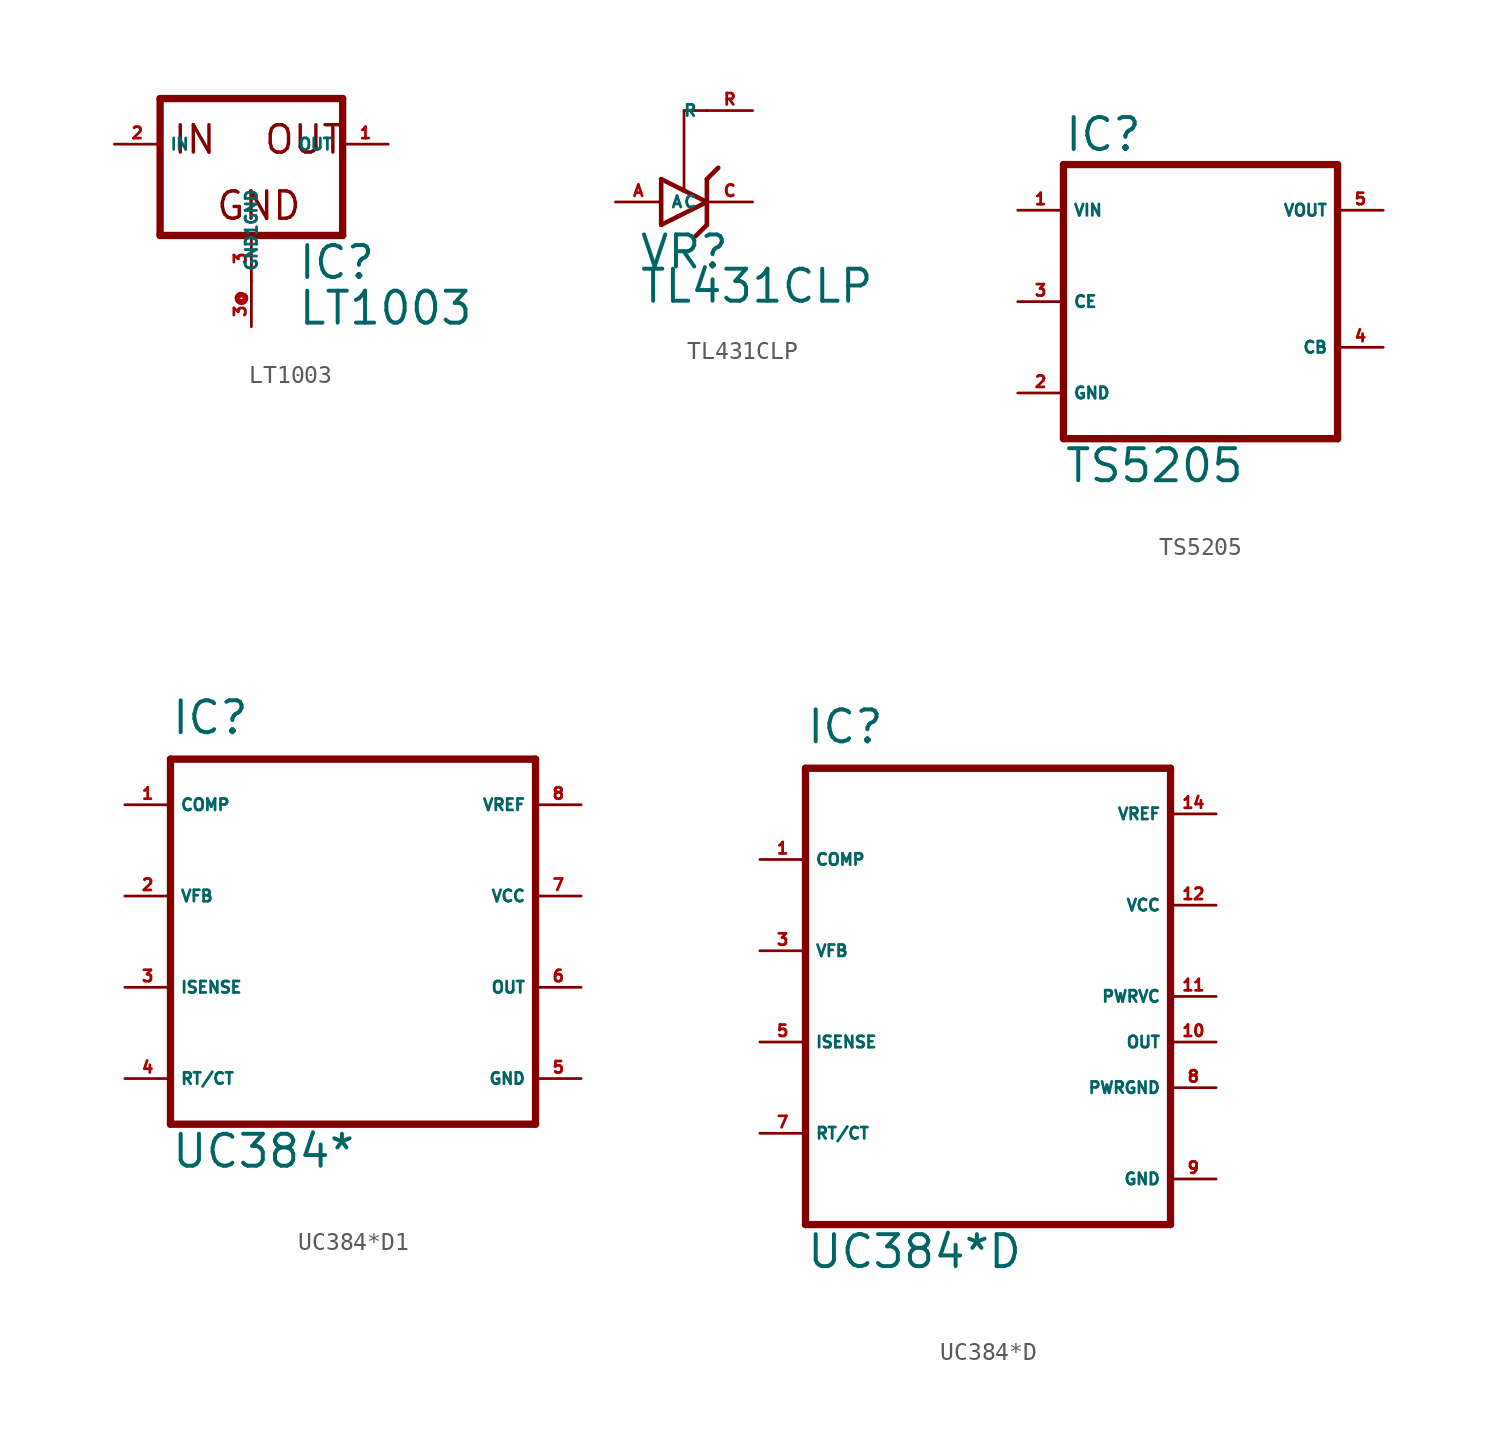
<source format=kicad_sym>
(kicad_symbol_lib
  (version 20220914)
  (generator Eagle2Kicad)
  (symbol "LT1003"
    (property "Reference" "IC"
      (at 2.54 -7.62 0)
      (effects (font (size 1.778 1.778) (thickness 0.22)) (justify left bottom)))
    (property "Value" "LT1003"
      (at 2.54 -10.16 0)
      (effects (font (size 1.778 1.778) (thickness 0.22)) (justify left bottom)))
    (polyline
      (pts (xy -5.08 -5.08) (xy 5.08 -5.08))
      (stroke (width 0.406) (type default))
      (fill (type none)))
    (polyline
      (pts (xy 5.08 -5.08) (xy 5.08 2.54))
      (stroke (width 0.406) (type default))
      (fill (type none)))
    (polyline
      (pts (xy 5.08 2.54) (xy -5.08 2.54))
      (stroke (width 0.406) (type default))
      (fill (type none)))
    (polyline
      (pts (xy -5.08 2.54) (xy -5.08 -5.08))
      (stroke (width 0.406) (type default))
      (fill (type none)))
    (text "GND"
      (at -2.032 -4.318 0)
      (effects (font (size 1.524 1.524) (thickness 0.19)) (justify left bottom)))
    (text "IN"
      (at -4.445 -0.635 0)
      (effects (font (size 1.524 1.524) (thickness 0.19)) (justify left bottom)))
    (text "OUT"
      (at 0.635 -0.635 0)
      (effects (font (size 1.524 1.524) (thickness 0.19)) (justify left bottom)))
    (pin input line
      (at -7.62 0 0)
      (length 2.54)
      (name "IN" (effects (font (size 0.635 0.635) (thickness 0.08)) (justify left bottom)))
      (number "2" (effects (font (size 0.635 0.635) (thickness 0.08)) (justify left bottom))))
    (pin input line
      (at 0 -7.62 90)
      (length 2.54)
      (name "GND" (effects (font (size 0.635 0.635) (thickness 0.08)) (justify left bottom)))
      (number "3" (effects (font (size 0.635 0.635) (thickness 0.08)) (justify left bottom))))
    (pin passive line
      (at 7.62 0 180)
      (length 2.54)
      (name "OUT" (effects (font (size 0.635 0.635) (thickness 0.08)) (justify left bottom)))
      (number "1" (effects (font (size 0.635 0.635) (thickness 0.08)) (justify left bottom))))
    (pin input line
      (at 0 -10.16 90)
      (length 2.54)
      (name "GND1" (effects (font (size 0.635 0.635) (thickness 0.08)) (justify left bottom)))
      (number "3@" (effects (font (size 0.635 0.635) (thickness 0.08)) (justify left bottom)))))
  (symbol "TL431CLP"
    (property "Reference" "VR"
      (at -3.81 -3.81 0)
      (effects (font (size 1.778 1.778) (thickness 0.22)) (justify left bottom)))
    (property "Value" "TL431CLP"
      (at -3.81 -5.715 0)
      (effects (font (size 1.778 1.778) (thickness 0.22)) (justify left bottom)))
    (polyline
      (pts (xy -2.54 1.27) (xy -2.54 -1.27))
      (stroke (width 0.254) (type default))
      (fill (type none)))
    (polyline
      (pts (xy -2.54 -1.27) (xy 0 0))
      (stroke (width 0.254) (type default))
      (fill (type none)))
    (polyline
      (pts (xy 0 0) (xy -1.27 0.635))
      (stroke (width 0.254) (type default))
      (fill (type none)))
    (polyline
      (pts (xy -1.27 0.635) (xy -2.54 1.27))
      (stroke (width 0.254) (type default))
      (fill (type none)))
    (polyline
      (pts (xy 0 1.27) (xy 0 0))
      (stroke (width 0.254) (type default))
      (fill (type none)))
    (polyline
      (pts (xy 0 0) (xy 0 -1.27))
      (stroke (width 0.254) (type default))
      (fill (type none)))
    (polyline
      (pts (xy 0 -1.27) (xy -0.635 -1.905))
      (stroke (width 0.254) (type default))
      (fill (type none)))
    (polyline
      (pts (xy 0 1.27) (xy 0.635 1.905))
      (stroke (width 0.254) (type default))
      (fill (type none)))
    (polyline
      (pts (xy 0 5.08) (xy -1.27 5.08))
      (stroke (width 0.152) (type default))
      (fill (type none)))
    (polyline
      (pts (xy -1.27 5.08) (xy -1.27 0.635))
      (stroke (width 0.152) (type default))
      (fill (type none)))
    (pin passive line
      (at -5.08 0 0)
      (length 2.54)
      (name "A" (effects (font (size 0.635 0.635) (thickness 0.08)) (justify left bottom)))
      (number "A" (effects (font (size 0.635 0.635) (thickness 0.08)) (justify left bottom))))
    (pin passive line
      (at 2.54 0 180)
      (length 2.54)
      (name "C" (effects (font (size 0.635 0.635) (thickness 0.08)) (justify left bottom)))
      (number "C" (effects (font (size 0.635 0.635) (thickness 0.08)) (justify left bottom))))
    (pin passive line
      (at 2.54 5.08 180)
      (length 2.54)
      (name "R" (effects (font (size 0.635 0.635) (thickness 0.08)) (justify left bottom)))
      (number "R" (effects (font (size 0.635 0.635) (thickness 0.08)) (justify left bottom)))))
  (symbol "TS5205"
    (property "Reference" "IC"
      (at -7.62 8.255 0)
      (effects (font (size 1.778 1.778) (thickness 0.22)) (justify left bottom)))
    (property "Value" "TS5205"
      (at -7.62 -10.16 0)
      (effects (font (size 1.778 1.778) (thickness 0.22)) (justify left bottom)))
    (polyline
      (pts (xy -7.62 -7.62) (xy 7.62 -7.62))
      (stroke (width 0.406) (type default))
      (fill (type none)))
    (polyline
      (pts (xy 7.62 -7.62) (xy 7.62 7.62))
      (stroke (width 0.406) (type default))
      (fill (type none)))
    (polyline
      (pts (xy 7.62 7.62) (xy -7.62 7.62))
      (stroke (width 0.406) (type default))
      (fill (type none)))
    (polyline
      (pts (xy -7.62 7.62) (xy -7.62 -7.62))
      (stroke (width 0.406) (type default))
      (fill (type none)))
    (pin input line
      (at -10.16 5.08 0)
      (length 2.54)
      (name "VIN" (effects (font (size 0.635 0.635) (thickness 0.08)) (justify left bottom)))
      (number "1" (effects (font (size 0.635 0.635) (thickness 0.08)) (justify left bottom))))
    (pin passive line
      (at -10.16 -5.08 0)
      (length 2.54)
      (name "GND" (effects (font (size 0.635 0.635) (thickness 0.08)) (justify left bottom)))
      (number "2" (effects (font (size 0.635 0.635) (thickness 0.08)) (justify left bottom))))
    (pin passive line
      (at 10.16 5.08 180)
      (length 2.54)
      (name "VOUT" (effects (font (size 0.635 0.635) (thickness 0.08)) (justify left bottom)))
      (number "5" (effects (font (size 0.635 0.635) (thickness 0.08)) (justify left bottom))))
    (pin input line
      (at 10.16 -2.54 180)
      (length 2.54)
      (name "CB" (effects (font (size 0.635 0.635) (thickness 0.08)) (justify left bottom)))
      (number "4" (effects (font (size 0.635 0.635) (thickness 0.08)) (justify left bottom))))
    (pin input line
      (at -10.16 0 0)
      (length 2.54)
      (name "CE" (effects (font (size 0.635 0.635) (thickness 0.08)) (justify left bottom)))
      (number "3" (effects (font (size 0.635 0.635) (thickness 0.08)) (justify left bottom)))))
  (symbol "UC384*D1"
    (property "Reference" "IC"
      (at -10.16 11.43 0)
      (effects (font (size 1.778 1.778) (thickness 0.22)) (justify left bottom)))
    (property "Value" "UC384*"
      (at -10.16 -12.7 0)
      (effects (font (size 1.778 1.778) (thickness 0.22)) (justify left bottom)))
    (polyline
      (pts (xy -10.16 10.16) (xy 10.16 10.16))
      (stroke (width 0.406) (type default))
      (fill (type none)))
    (polyline
      (pts (xy 10.16 10.16) (xy 10.16 -10.16))
      (stroke (width 0.406) (type default))
      (fill (type none)))
    (polyline
      (pts (xy 10.16 -10.16) (xy -10.16 -10.16))
      (stroke (width 0.406) (type default))
      (fill (type none)))
    (polyline
      (pts (xy -10.16 -10.16) (xy -10.16 10.16))
      (stroke (width 0.406) (type default))
      (fill (type none)))
    (pin passive line
      (at -12.7 7.62 0)
      (length 2.54)
      (name "COMP" (effects (font (size 0.635 0.635) (thickness 0.08)) (justify left bottom)))
      (number "1" (effects (font (size 0.635 0.635) (thickness 0.08)) (justify left bottom))))
    (pin input line
      (at -12.7 2.54 0)
      (length 2.54)
      (name "VFB" (effects (font (size 0.635 0.635) (thickness 0.08)) (justify left bottom)))
      (number "2" (effects (font (size 0.635 0.635) (thickness 0.08)) (justify left bottom))))
    (pin input line
      (at -12.7 -2.54 0)
      (length 2.54)
      (name "ISENSE" (effects (font (size 0.635 0.635) (thickness 0.08)) (justify left bottom)))
      (number "3" (effects (font (size 0.635 0.635) (thickness 0.08)) (justify left bottom))))
    (pin passive line
      (at -12.7 -7.62 0)
      (length 2.54)
      (name "RT/CT" (effects (font (size 0.635 0.635) (thickness 0.08)) (justify left bottom)))
      (number "4" (effects (font (size 0.635 0.635) (thickness 0.08)) (justify left bottom))))
    (pin unspecified line
      (at 12.7 -7.62 180)
      (length 2.54)
      (name "GND" (effects (font (size 0.635 0.635) (thickness 0.08)) (justify left bottom)))
      (number "5" (effects (font (size 0.635 0.635) (thickness 0.08)) (justify left bottom))))
    (pin output line
      (at 12.7 -2.54 180)
      (length 2.54)
      (name "OUT" (effects (font (size 0.635 0.635) (thickness 0.08)) (justify left bottom)))
      (number "6" (effects (font (size 0.635 0.635) (thickness 0.08)) (justify left bottom))))
    (pin unspecified line
      (at 12.7 2.54 180)
      (length 2.54)
      (name "VCC" (effects (font (size 0.635 0.635) (thickness 0.08)) (justify left bottom)))
      (number "7" (effects (font (size 0.635 0.635) (thickness 0.08)) (justify left bottom))))
    (pin passive line
      (at 12.7 7.62 180)
      (length 2.54)
      (name "VREF" (effects (font (size 0.635 0.635) (thickness 0.08)) (justify left bottom)))
      (number "8" (effects (font (size 0.635 0.635) (thickness 0.08)) (justify left bottom)))))
  (symbol "UC384*D"
    (property "Reference" "IC"
      (at -10.16 13.97 0)
      (effects (font (size 1.778 1.778) (thickness 0.22)) (justify left bottom)))
    (property "Value" "UC384*D"
      (at -10.16 -15.24 0)
      (effects (font (size 1.778 1.778) (thickness 0.22)) (justify left bottom)))
    (polyline
      (pts (xy -10.16 12.7) (xy 10.16 12.7))
      (stroke (width 0.406) (type default))
      (fill (type none)))
    (polyline
      (pts (xy 10.16 12.7) (xy 10.16 -12.7))
      (stroke (width 0.406) (type default))
      (fill (type none)))
    (polyline
      (pts (xy 10.16 -12.7) (xy -10.16 -12.7))
      (stroke (width 0.406) (type default))
      (fill (type none)))
    (polyline
      (pts (xy -10.16 -12.7) (xy -10.16 12.7))
      (stroke (width 0.406) (type default))
      (fill (type none)))
    (pin passive line
      (at -12.7 7.62 0)
      (length 2.54)
      (name "COMP" (effects (font (size 0.635 0.635) (thickness 0.08)) (justify left bottom)))
      (number "1" (effects (font (size 0.635 0.635) (thickness 0.08)) (justify left bottom))))
    (pin input line
      (at -12.7 2.54 0)
      (length 2.54)
      (name "VFB" (effects (font (size 0.635 0.635) (thickness 0.08)) (justify left bottom)))
      (number "3" (effects (font (size 0.635 0.635) (thickness 0.08)) (justify left bottom))))
    (pin input line
      (at -12.7 -2.54 0)
      (length 2.54)
      (name "ISENSE" (effects (font (size 0.635 0.635) (thickness 0.08)) (justify left bottom)))
      (number "5" (effects (font (size 0.635 0.635) (thickness 0.08)) (justify left bottom))))
    (pin passive line
      (at -12.7 -7.62 0)
      (length 2.54)
      (name "RT/CT" (effects (font (size 0.635 0.635) (thickness 0.08)) (justify left bottom)))
      (number "7" (effects (font (size 0.635 0.635) (thickness 0.08)) (justify left bottom))))
    (pin unspecified line
      (at 12.7 -10.16 180)
      (length 2.54)
      (name "GND" (effects (font (size 0.635 0.635) (thickness 0.08)) (justify left bottom)))
      (number "9" (effects (font (size 0.635 0.635) (thickness 0.08)) (justify left bottom))))
    (pin output line
      (at 12.7 -2.54 180)
      (length 2.54)
      (name "OUT" (effects (font (size 0.635 0.635) (thickness 0.08)) (justify left bottom)))
      (number "10" (effects (font (size 0.635 0.635) (thickness 0.08)) (justify left bottom))))
    (pin unspecified line
      (at 12.7 5.08 180)
      (length 2.54)
      (name "VCC" (effects (font (size 0.635 0.635) (thickness 0.08)) (justify left bottom)))
      (number "12" (effects (font (size 0.635 0.635) (thickness 0.08)) (justify left bottom))))
    (pin passive line
      (at 12.7 10.16 180)
      (length 2.54)
      (name "VREF" (effects (font (size 0.635 0.635) (thickness 0.08)) (justify left bottom)))
      (number "14" (effects (font (size 0.635 0.635) (thickness 0.08)) (justify left bottom))))
    (pin input line
      (at 12.7 0 180)
      (length 2.54)
      (name "PWRVC" (effects (font (size 0.635 0.635) (thickness 0.08)) (justify left bottom)))
      (number "11" (effects (font (size 0.635 0.635) (thickness 0.08)) (justify left bottom))))
    (pin input line
      (at 12.7 -5.08 180)
      (length 2.54)
      (name "PWRGND" (effects (font (size 0.635 0.635) (thickness 0.08)) (justify left bottom)))
      (number "8" (effects (font (size 0.635 0.635) (thickness 0.08)) (justify left bottom))))))
</source>
